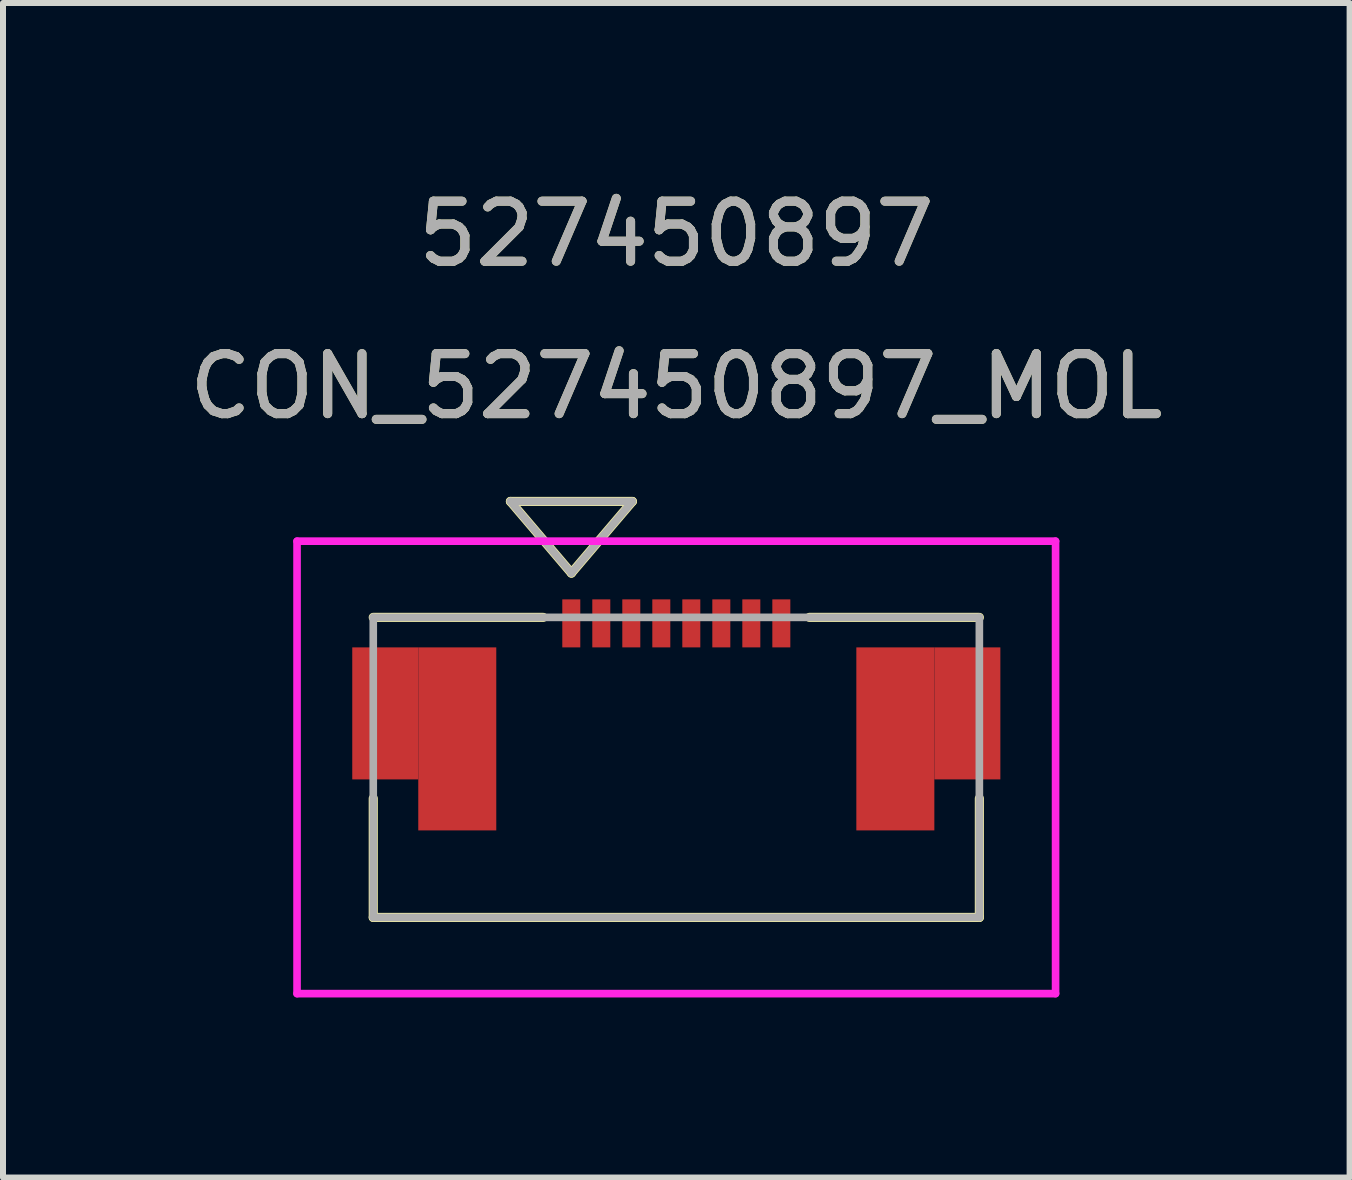
<source format=kicad_pcb>
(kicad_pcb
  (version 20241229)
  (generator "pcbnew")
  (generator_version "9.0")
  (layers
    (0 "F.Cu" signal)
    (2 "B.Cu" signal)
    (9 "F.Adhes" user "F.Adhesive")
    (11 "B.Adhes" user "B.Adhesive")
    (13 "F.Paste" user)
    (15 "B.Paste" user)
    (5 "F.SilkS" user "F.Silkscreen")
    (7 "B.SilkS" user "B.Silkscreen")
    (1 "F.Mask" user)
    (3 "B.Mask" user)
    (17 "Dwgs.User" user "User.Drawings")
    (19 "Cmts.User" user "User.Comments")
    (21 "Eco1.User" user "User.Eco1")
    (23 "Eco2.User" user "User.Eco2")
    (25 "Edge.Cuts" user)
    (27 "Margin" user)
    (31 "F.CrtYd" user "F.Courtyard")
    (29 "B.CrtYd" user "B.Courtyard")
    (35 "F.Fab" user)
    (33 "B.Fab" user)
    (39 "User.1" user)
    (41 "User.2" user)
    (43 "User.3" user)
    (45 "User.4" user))
  (footprint "CON_527450897_MOL"
    (layer "F.Cu")
    (at 8.22 9.738)
    (property "Reference" "CON_527450897_MOL" (at 0 -6.35 0) (unlocked yes) (layer "F.SilkS") (effects (font (size 1 1) (thickness 0.15))))
    (attr smd)
    (fp_poly (pts (xy -4.3 -2) (xy -5.4 -2) (xy -5.4 0.2) (xy -4.3 0.2)) (stroke (width 0) (type solid)) (fill yes) (layer "F.Cu"))
    (fp_poly (pts (xy 4.3 -2) (xy 5.4 -2) (xy 5.4 0.2) (xy 4.3 0.2)) (stroke (width 0) (type solid)) (fill yes) (layer "F.Cu"))
    (fp_poly (pts (xy -4.3 -2) (xy -5.4 -2) (xy -5.4 0.2) (xy -4.3 0.2)) (stroke (width 0) (type solid)) (fill yes) (layer "F.Mask"))
    (fp_poly (pts (xy 4.3 -2) (xy 5.4 -2) (xy 5.4 0.2) (xy 4.3 0.2)) (stroke (width 0) (type solid)) (fill yes) (layer "F.Mask"))
    (fp_line (start -5.05 0.517) (end -5.05 2.5) (stroke (width 0.152) (type solid)) (layer "F.SilkS"))
    (fp_line (start -5.05 2.5) (end 5.05 2.5) (stroke (width 0.152) (type solid)) (layer "F.SilkS"))
    (fp_line (start -2.764 -4.432) (end -1.748 -3.238) (stroke (width 0.152) (type solid)) (layer "F.SilkS"))
    (fp_line (start -2.764 -4.432) (end -0.732 -4.432) (stroke (width 0.152) (type solid)) (layer "F.SilkS"))
    (fp_line (start -2.217 -2.5) (end -5.05 -2.5) (stroke (width 0.152) (type solid)) (layer "F.SilkS"))
    (fp_line (start -0.732 -4.432) (end -1.748 -3.238) (stroke (width 0.152) (type solid)) (layer "F.SilkS"))
    (fp_line (start 5.05 -2.5) (end 2.218 -2.5) (stroke (width 0.152) (type solid)) (layer "F.SilkS"))
    (fp_line (start 5.05 2.5) (end 5.05 0.517) (stroke (width 0.152) (type solid)) (layer "F.SilkS"))
    (fp_poly (pts (xy -4.3 -2) (xy -5.4 -2) (xy -5.4 0.2) (xy -4.3 0.2)) (stroke (width 0) (type solid)) (fill yes) (layer "F.Paste"))
    (fp_poly (pts (xy 4.3 -2) (xy 5.4 -2) (xy 5.4 0.2) (xy 4.3 0.2)) (stroke (width 0) (type solid)) (fill yes) (layer "F.Paste"))
    (fp_line (start -6.32 -3.77) (end -6.32 3.77) (stroke (width 0.127) (type solid)) (layer "F.CrtYd"))
    (fp_line (start -6.32 3.77) (end 6.32 3.77) (stroke (width 0.127) (type solid)) (layer "F.CrtYd"))
    (fp_line (start 6.32 -3.77) (end -6.32 -3.77) (stroke (width 0.127) (type solid)) (layer "F.CrtYd"))
    (fp_line (start 6.32 3.77) (end 6.32 -3.77) (stroke (width 0.127) (type solid)) (layer "F.CrtYd"))
    (fp_line (start -5.05 -2.5) (end -5.05 2.5) (stroke (width 0.127) (type solid)) (layer "F.Fab"))
    (fp_line (start -5.05 2.5) (end 5.05 2.5) (stroke (width 0.127) (type solid)) (layer "F.Fab"))
    (fp_line (start -2.764 -4.432) (end -1.748 -3.238) (stroke (width 0.127) (type solid)) (layer "F.Fab"))
    (fp_line (start -2.764 -4.432) (end -0.732 -4.432) (stroke (width 0.127) (type solid)) (layer "F.Fab"))
    (fp_line (start -0.732 -4.432) (end -1.748 -3.238) (stroke (width 0.127) (type solid)) (layer "F.Fab"))
    (fp_line (start 5.05 -2.5) (end -5.05 -2.5) (stroke (width 0.127) (type solid)) (layer "F.Fab"))
    (fp_line (start 5.05 2.5) (end 5.05 -2.5) (stroke (width 0.127) (type solid)) (layer "F.Fab"))
    (fp_text user "527450897" (at 0 -8.89 0) (unlocked yes) (layer "F.SilkS") (effects (font (size 1 1) (thickness 0.15))))
    (fp_text user "527450897" (at 0 -8.89 0) (unlocked yes) (layer "F.Fab") (effects (font (size 1 1) (thickness 0.15))))
    (fp_text user "${REFERENCE}" (at 0 -6.35 0) (unlocked yes) (layer "F.Fab") (effects (font (size 1 1) (thickness 0.15))))
    (pad "1" smd rect (at -1.75 -2.4) (size 0.3 0.8) (layers "F.Cu" "F.Mask" "F.Paste"))
    (pad "2" smd rect (at -1.25 -2.4) (size 0.3 0.8) (layers "F.Cu" "F.Mask" "F.Paste"))
    (pad "3" smd rect (at -0.75 -2.4) (size 0.3 0.8) (layers "F.Cu" "F.Mask" "F.Paste"))
    (pad "4" smd rect (at -0.25 -2.4) (size 0.3 0.8) (layers "F.Cu" "F.Mask" "F.Paste"))
    (pad "5" smd rect (at 0.25 -2.4) (size 0.3 0.8) (layers "F.Cu" "F.Mask" "F.Paste"))
    (pad "6" smd rect (at 0.75 -2.4) (size 0.3 0.8) (layers "F.Cu" "F.Mask" "F.Paste"))
    (pad "7" smd rect (at 1.25 -2.4) (size 0.3 0.8) (layers "F.Cu" "F.Mask" "F.Paste"))
    (pad "8" smd rect (at 1.75 -2.4) (size 0.3 0.8) (layers "F.Cu" "F.Mask" "F.Paste"))
    (pad "P1" smd rect (at -3.65 -0.475) (size 1.3 3.05) (layers "F.Cu" "F.Mask" "F.Paste"))
    (pad "P2" smd rect (at 3.65 -0.475) (size 1.3 3.05) (layers "F.Cu" "F.Mask" "F.Paste")))
  (gr_rect
    (start -3 -3)
    (end 19.44 16.572)
    (stroke (width 0.1) (type default))
    (fill no)
    (layer "Edge.Cuts")))
</source>
